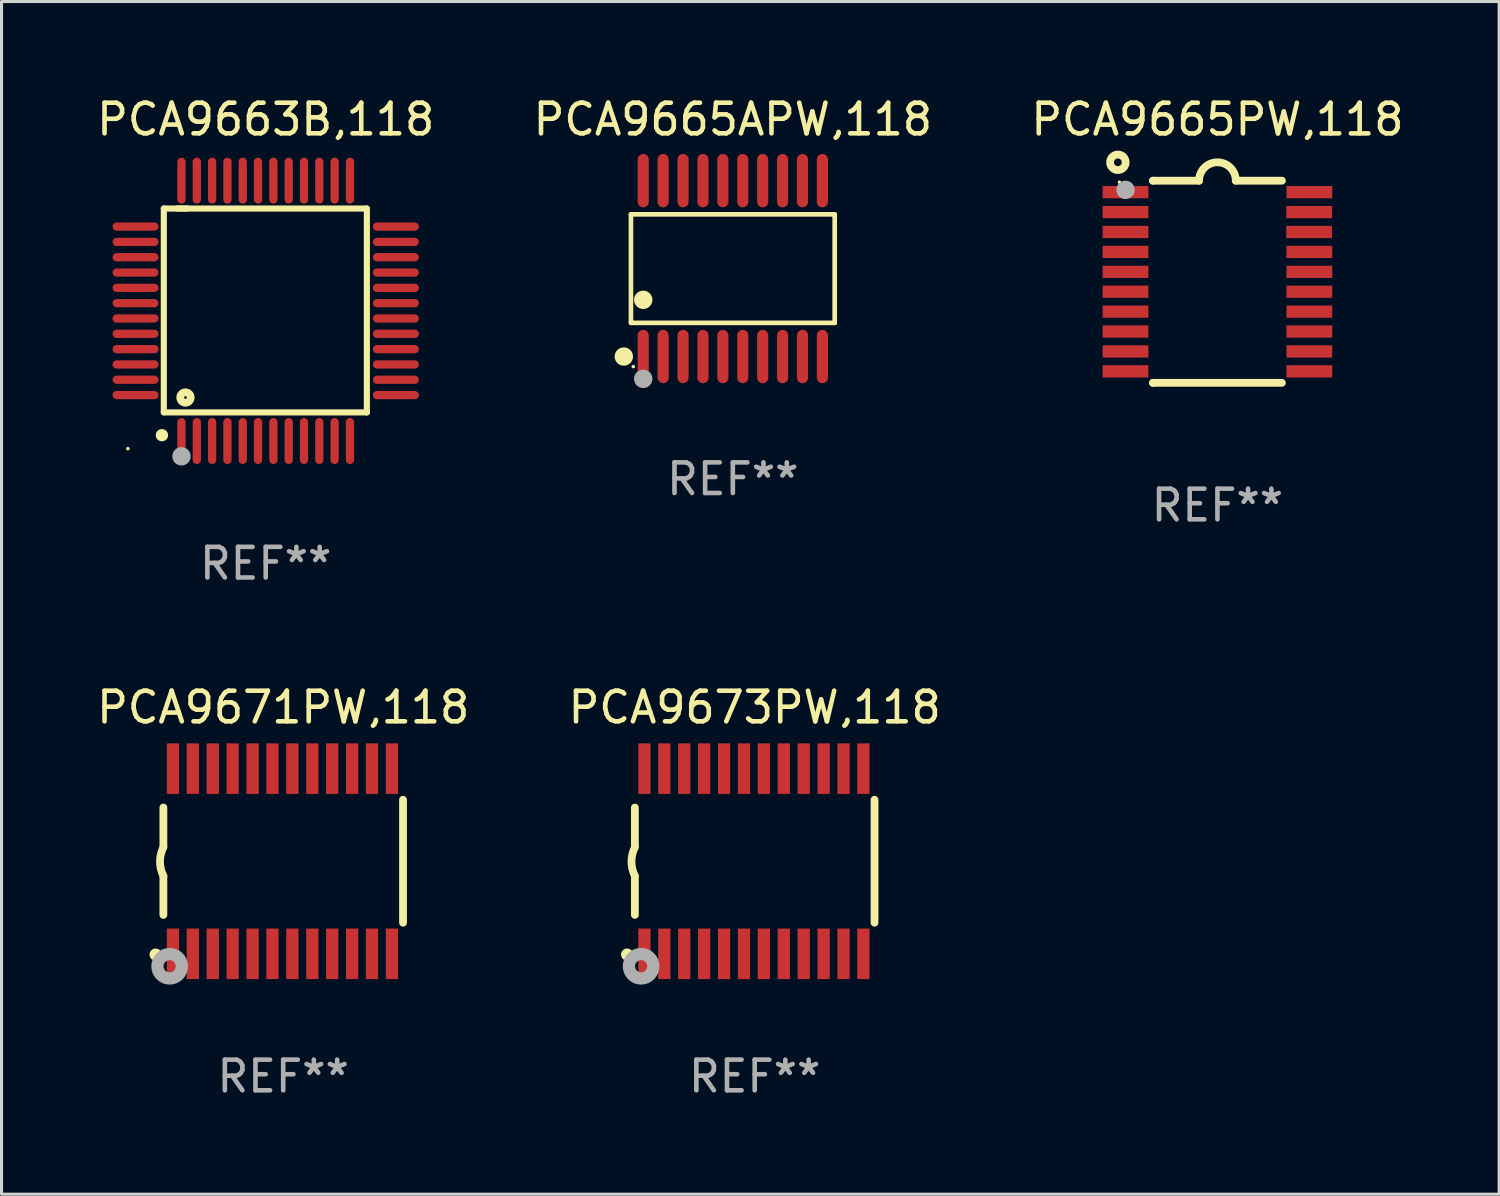
<source format=kicad_pcb>
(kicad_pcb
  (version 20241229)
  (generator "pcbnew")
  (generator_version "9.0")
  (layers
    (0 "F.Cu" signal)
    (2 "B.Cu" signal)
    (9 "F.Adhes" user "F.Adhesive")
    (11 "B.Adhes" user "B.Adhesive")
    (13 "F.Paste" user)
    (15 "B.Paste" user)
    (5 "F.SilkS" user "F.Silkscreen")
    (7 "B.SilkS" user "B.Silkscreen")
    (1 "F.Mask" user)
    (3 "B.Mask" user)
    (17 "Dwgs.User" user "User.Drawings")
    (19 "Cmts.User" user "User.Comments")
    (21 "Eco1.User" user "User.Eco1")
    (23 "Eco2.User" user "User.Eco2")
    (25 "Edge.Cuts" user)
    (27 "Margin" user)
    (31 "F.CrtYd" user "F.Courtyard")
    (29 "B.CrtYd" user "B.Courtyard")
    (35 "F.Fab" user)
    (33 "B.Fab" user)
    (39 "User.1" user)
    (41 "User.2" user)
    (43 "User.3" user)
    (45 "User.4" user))
  (footprint "PCA9663B,118"
    (layer "F.Cu")
    (at 5.625 7.098)
    (property "Reference" "PCA9663B,118" (at 0 -6.25 0) (layer "F.SilkS") (effects (font (size 1 1) (thickness 0.15))))
    (attr through_hole)
    (fp_line (start -3.327 -3.34) (end -2.565 -3.34) (stroke (width 0.2) (type solid)) (layer "F.SilkS"))
    (fp_line (start -3.327 3.315) (end -3.327 -3.34) (stroke (width 0.2) (type solid)) (layer "F.SilkS"))
    (fp_line (start -2.896 -3.34) (end 3.302 -3.34) (stroke (width 0.2) (type solid)) (layer "F.SilkS"))
    (fp_line (start 3.302 -3.34) (end 3.302 3.315) (stroke (width 0.2) (type solid)) (layer "F.SilkS"))
    (fp_line (start 3.302 3.315) (end -3.327 3.315) (stroke (width 0.2) (type solid)) (layer "F.SilkS"))
    (fp_arc (start -3.389992 4.059995) (mid -3.388722 4.059991) (end -3.387452 4.059995) (stroke (width 0.4) (type solid)) (layer "F.SilkS"))
    (fp_circle (center -4.5 4.5) (end -4.47 4.5) (stroke (width 0.06) (type solid)) (fill no) (layer "F.SilkS"))
    (fp_circle (center -2.62 2.83) (end -2.45 2.83) (stroke (width 0.254) (type solid)) (fill no) (layer "F.SilkS"))
    (fp_circle (center -2.75 4.75) (end -2.6 4.75) (stroke (width 0.3) (type solid)) (fill no) (layer "F.Fab"))
    (fp_text user "REF**" (at 0 8.25 0) (layer "F.Fab") (effects (font (size 1 1) (thickness 0.15))))
    (pad "1" smd oval (at -2.75 4.25) (size 0.27 1.5) (layers "F.Cu" "F.Mask" "F.Paste"))
    (pad "2" smd oval (at -2.25 4.25) (size 0.27 1.5) (layers "F.Cu" "F.Mask" "F.Paste"))
    (pad "3" smd oval (at -1.75 4.25) (size 0.27 1.5) (layers "F.Cu" "F.Mask" "F.Paste"))
    (pad "4" smd oval (at -1.25 4.25) (size 0.27 1.5) (layers "F.Cu" "F.Mask" "F.Paste"))
    (pad "5" smd oval (at -0.75 4.25) (size 0.27 1.5) (layers "F.Cu" "F.Mask" "F.Paste"))
    (pad "6" smd oval (at -0.25 4.25) (size 0.27 1.5) (layers "F.Cu" "F.Mask" "F.Paste"))
    (pad "7" smd oval (at 0.25 4.25) (size 0.27 1.5) (layers "F.Cu" "F.Mask" "F.Paste"))
    (pad "8" smd oval (at 0.75 4.25) (size 0.27 1.5) (layers "F.Cu" "F.Mask" "F.Paste"))
    (pad "9" smd oval (at 1.25 4.25) (size 0.27 1.5) (layers "F.Cu" "F.Mask" "F.Paste"))
    (pad "10" smd oval (at 1.75 4.25) (size 0.27 1.5) (layers "F.Cu" "F.Mask" "F.Paste"))
    (pad "11" smd oval (at 2.25 4.25) (size 0.27 1.5) (layers "F.Cu" "F.Mask" "F.Paste"))
    (pad "12" smd oval (at 2.75 4.25) (size 0.27 1.5) (layers "F.Cu" "F.Mask" "F.Paste"))
    (pad "13" smd oval (at 4.25 2.75) (size 1.5 0.27) (layers "F.Cu" "F.Mask" "F.Paste"))
    (pad "14" smd oval (at 4.25 2.25) (size 1.5 0.27) (layers "F.Cu" "F.Mask" "F.Paste"))
    (pad "15" smd oval (at 4.25 1.75) (size 1.5 0.27) (layers "F.Cu" "F.Mask" "F.Paste"))
    (pad "16" smd oval (at 4.25 1.25) (size 1.5 0.27) (layers "F.Cu" "F.Mask" "F.Paste"))
    (pad "17" smd oval (at 4.25 0.75) (size 1.5 0.27) (layers "F.Cu" "F.Mask" "F.Paste"))
    (pad "18" smd oval (at 4.25 0.25) (size 1.5 0.27) (layers "F.Cu" "F.Mask" "F.Paste"))
    (pad "19" smd oval (at 4.25 -0.25) (size 1.5 0.27) (layers "F.Cu" "F.Mask" "F.Paste"))
    (pad "20" smd oval (at 4.25 -0.75) (size 1.5 0.27) (layers "F.Cu" "F.Mask" "F.Paste"))
    (pad "21" smd oval (at 4.25 -1.25) (size 1.5 0.27) (layers "F.Cu" "F.Mask" "F.Paste"))
    (pad "22" smd oval (at 4.25 -1.75) (size 1.5 0.27) (layers "F.Cu" "F.Mask" "F.Paste"))
    (pad "23" smd oval (at 4.25 -2.25) (size 1.5 0.27) (layers "F.Cu" "F.Mask" "F.Paste"))
    (pad "24" smd oval (at 4.25 -2.75) (size 1.5 0.27) (layers "F.Cu" "F.Mask" "F.Paste"))
    (pad "25" smd oval (at 2.75 -4.25) (size 0.27 1.5) (layers "F.Cu" "F.Mask" "F.Paste"))
    (pad "26" smd oval (at 2.25 -4.25) (size 0.27 1.5) (layers "F.Cu" "F.Mask" "F.Paste"))
    (pad "27" smd oval (at 1.75 -4.25) (size 0.27 1.5) (layers "F.Cu" "F.Mask" "F.Paste"))
    (pad "28" smd oval (at 1.25 -4.25) (size 0.27 1.5) (layers "F.Cu" "F.Mask" "F.Paste"))
    (pad "29" smd oval (at 0.75 -4.25) (size 0.27 1.5) (layers "F.Cu" "F.Mask" "F.Paste"))
    (pad "30" smd oval (at 0.25 -4.25) (size 0.27 1.5) (layers "F.Cu" "F.Mask" "F.Paste"))
    (pad "31" smd oval (at -0.25 -4.25) (size 0.27 1.5) (layers "F.Cu" "F.Mask" "F.Paste"))
    (pad "32" smd oval (at -0.75 -4.25) (size 0.27 1.5) (layers "F.Cu" "F.Mask" "F.Paste"))
    (pad "33" smd oval (at -1.25 -4.25) (size 0.27 1.5) (layers "F.Cu" "F.Mask" "F.Paste"))
    (pad "34" smd oval (at -1.75 -4.25) (size 0.27 1.5) (layers "F.Cu" "F.Mask" "F.Paste"))
    (pad "35" smd oval (at -2.25 -4.25) (size 0.27 1.5) (layers "F.Cu" "F.Mask" "F.Paste"))
    (pad "36" smd oval (at -2.75 -4.25) (size 0.27 1.5) (layers "F.Cu" "F.Mask" "F.Paste"))
    (pad "37" smd oval (at -4.25 -2.75) (size 1.5 0.27) (layers "F.Cu" "F.Mask" "F.Paste"))
    (pad "38" smd oval (at -4.25 -2.25) (size 1.5 0.27) (layers "F.Cu" "F.Mask" "F.Paste"))
    (pad "39" smd oval (at -4.25 -1.75) (size 1.5 0.27) (layers "F.Cu" "F.Mask" "F.Paste"))
    (pad "40" smd oval (at -4.25 -1.25) (size 1.5 0.27) (layers "F.Cu" "F.Mask" "F.Paste"))
    (pad "41" smd oval (at -4.25 -0.75) (size 1.5 0.27) (layers "F.Cu" "F.Mask" "F.Paste"))
    (pad "42" smd oval (at -4.25 -0.25) (size 1.5 0.27) (layers "F.Cu" "F.Mask" "F.Paste"))
    (pad "43" smd oval (at -4.25 0.25) (size 1.5 0.27) (layers "F.Cu" "F.Mask" "F.Paste"))
    (pad "44" smd oval (at -4.25 0.75) (size 1.5 0.27) (layers "F.Cu" "F.Mask" "F.Paste"))
    (pad "45" smd oval (at -4.25 1.25) (size 1.5 0.27) (layers "F.Cu" "F.Mask" "F.Paste"))
    (pad "46" smd oval (at -4.25 1.75) (size 1.5 0.27) (layers "F.Cu" "F.Mask" "F.Paste"))
    (pad "47" smd oval (at -4.25 2.25) (size 1.5 0.27) (layers "F.Cu" "F.Mask" "F.Paste"))
    (pad "48" smd oval (at -4.25 2.75) (size 1.5 0.27) (layers "F.Cu" "F.Mask" "F.Paste")))
  (footprint "PCA9665APW,118"
    (layer "F.Cu")
    (at 20.875 5.719)
    (property "Reference" "PCA9665APW,118" (at 0 -4.871 0) (layer "F.SilkS") (effects (font (size 1 1) (thickness 0.15))))
    (attr through_hole)
    (fp_line (start -3.326 -1.771) (end 3.326 -1.771) (stroke (width 0.152) (type solid)) (layer "F.SilkS"))
    (fp_line (start -3.326 1.771) (end -3.326 -1.771) (stroke (width 0.152) (type solid)) (layer "F.SilkS"))
    (fp_line (start 3.326 -1.771) (end 3.326 1.771) (stroke (width 0.152) (type solid)) (layer "F.SilkS"))
    (fp_line (start 3.326 1.771) (end -3.326 1.771) (stroke (width 0.152) (type solid)) (layer "F.SilkS"))
    (fp_circle (center -3.559 2.871) (end -3.409 2.871) (stroke (width 0.3) (type solid)) (fill no) (layer "F.SilkS"))
    (fp_circle (center -3.25 3.2) (end -3.22 3.2) (stroke (width 0.06) (type solid)) (fill no) (layer "F.SilkS"))
    (fp_circle (center -2.925 1.019) (end -2.775 1.019) (stroke (width 0.3) (type solid)) (fill no) (layer "F.SilkS"))
    (fp_circle (center -2.925 3.6) (end -2.775 3.6) (stroke (width 0.3) (type solid)) (fill no) (layer "F.Fab"))
    (fp_text user "REF**" (at 0 6.871 0) (layer "F.Fab") (effects (font (size 1 1) (thickness 0.15))))
    (pad "1" smd oval (at -2.925 2.871) (size 0.364 1.742) (layers "F.Cu" "F.Mask" "F.Paste"))
    (pad "2" smd oval (at -2.275 2.871) (size 0.364 1.742) (layers "F.Cu" "F.Mask" "F.Paste"))
    (pad "3" smd oval (at -1.625 2.871) (size 0.364 1.742) (layers "F.Cu" "F.Mask" "F.Paste"))
    (pad "4" smd oval (at -0.975 2.871) (size 0.364 1.742) (layers "F.Cu" "F.Mask" "F.Paste"))
    (pad "5" smd oval (at -0.325 2.871) (size 0.364 1.742) (layers "F.Cu" "F.Mask" "F.Paste"))
    (pad "6" smd oval (at 0.325 2.871) (size 0.364 1.742) (layers "F.Cu" "F.Mask" "F.Paste"))
    (pad "7" smd oval (at 0.975 2.871) (size 0.364 1.742) (layers "F.Cu" "F.Mask" "F.Paste"))
    (pad "8" smd oval (at 1.625 2.871) (size 0.364 1.742) (layers "F.Cu" "F.Mask" "F.Paste"))
    (pad "9" smd oval (at 2.275 2.871) (size 0.364 1.742) (layers "F.Cu" "F.Mask" "F.Paste"))
    (pad "10" smd oval (at 2.925 2.871) (size 0.364 1.742) (layers "F.Cu" "F.Mask" "F.Paste"))
    (pad "11" smd oval (at 2.925 -2.871) (size 0.364 1.742) (layers "F.Cu" "F.Mask" "F.Paste"))
    (pad "12" smd oval (at 2.275 -2.871) (size 0.364 1.742) (layers "F.Cu" "F.Mask" "F.Paste"))
    (pad "13" smd oval (at 1.625 -2.871) (size 0.364 1.742) (layers "F.Cu" "F.Mask" "F.Paste"))
    (pad "14" smd oval (at 0.975 -2.871) (size 0.364 1.742) (layers "F.Cu" "F.Mask" "F.Paste"))
    (pad "15" smd oval (at 0.325 -2.871) (size 0.364 1.742) (layers "F.Cu" "F.Mask" "F.Paste"))
    (pad "16" smd oval (at -0.325 -2.871) (size 0.364 1.742) (layers "F.Cu" "F.Mask" "F.Paste"))
    (pad "17" smd oval (at -0.975 -2.871) (size 0.364 1.742) (layers "F.Cu" "F.Mask" "F.Paste"))
    (pad "18" smd oval (at -1.625 -2.871) (size 0.364 1.742) (layers "F.Cu" "F.Mask" "F.Paste"))
    (pad "19" smd oval (at -2.275 -2.871) (size 0.364 1.742) (layers "F.Cu" "F.Mask" "F.Paste"))
    (pad "20" smd oval (at -2.925 -2.871) (size 0.364 1.742) (layers "F.Cu" "F.Mask" "F.Paste")))
  (footprint "PCA9673PW,118"
    (layer "F.Cu")
    (at 21.589 25.067)
    (property "Reference" "PCA9673PW,118" (at 0 -5.023 0) (layer "F.SilkS") (effects (font (size 1 1) (thickness 0.15))))
    (attr through_hole)
    (fp_line (start -3.912 -0.483) (end -3.912 -1.753) (stroke (width 0.254) (type solid)) (layer "F.SilkS"))
    (fp_line (start -3.912 1.753) (end -3.912 0.483) (stroke (width 0.254) (type solid)) (layer "F.SilkS"))
    (fp_line (start 3.912 -2.007) (end 3.912 2.007) (stroke (width 0.254) (type solid)) (layer "F.SilkS"))
    (fp_arc (start -3.911608 0.482601) (mid -4.022537 0.0127) (end -3.911608 -0.457201) (stroke (width 0.254001) (type solid)) (layer "F.SilkS"))
    (fp_circle (center -4.166 3.048) (end -4.066 3.048) (stroke (width 0.2) (type solid)) (fill no) (layer "F.SilkS"))
    (fp_circle (center -3.925 3.186) (end -3.895 3.186) (stroke (width 0.06) (type solid)) (fill no) (layer "F.SilkS"))
    (fp_circle (center -3.708 3.429) (end -3.509 3.429) (stroke (width 0.4) (type solid)) (fill no) (layer "F.Fab"))
    (fp_text user "REF**" (at 0 7.023 0) (layer "F.Fab") (effects (font (size 1 1) (thickness 0.15))))
    (pad "1" smd rect (at -3.6 3.023) (size 0.4 1.65) (layers "F.Cu" "F.Mask" "F.Paste"))
    (pad "2" smd rect (at -2.95 3.023) (size 0.4 1.65) (layers "F.Cu" "F.Mask" "F.Paste"))
    (pad "3" smd rect (at -2.3 3.023) (size 0.4 1.65) (layers "F.Cu" "F.Mask" "F.Paste"))
    (pad "4" smd rect (at -1.65 3.023) (size 0.4 1.65) (layers "F.Cu" "F.Mask" "F.Paste"))
    (pad "5" smd rect (at -1 3.023) (size 0.4 1.65) (layers "F.Cu" "F.Mask" "F.Paste"))
    (pad "6" smd rect (at -0.35 3.023) (size 0.4 1.65) (layers "F.Cu" "F.Mask" "F.Paste"))
    (pad "7" smd rect (at 0.299 3.023) (size 0.4 1.65) (layers "F.Cu" "F.Mask" "F.Paste"))
    (pad "8" smd rect (at 0.95 3.023) (size 0.4 1.65) (layers "F.Cu" "F.Mask" "F.Paste"))
    (pad "9" smd rect (at 1.6 3.023) (size 0.4 1.65) (layers "F.Cu" "F.Mask" "F.Paste"))
    (pad "10" smd rect (at 2.25 3.023) (size 0.4 1.65) (layers "F.Cu" "F.Mask" "F.Paste"))
    (pad "11" smd rect (at 2.9 3.023) (size 0.4 1.65) (layers "F.Cu" "F.Mask" "F.Paste"))
    (pad "12" smd rect (at 3.549 3.023) (size 0.4 1.65) (layers "F.Cu" "F.Mask" "F.Paste"))
    (pad "13" smd rect (at 3.549 -3.023) (size 0.4 1.65) (layers "F.Cu" "F.Mask" "F.Paste"))
    (pad "14" smd rect (at 2.9 -3.023) (size 0.4 1.65) (layers "F.Cu" "F.Mask" "F.Paste"))
    (pad "15" smd rect (at 2.25 -3.023) (size 0.4 1.65) (layers "F.Cu" "F.Mask" "F.Paste"))
    (pad "16" smd rect (at 1.6 -3.023) (size 0.4 1.65) (layers "F.Cu" "F.Mask" "F.Paste"))
    (pad "17" smd rect (at 0.95 -3.023) (size 0.4 1.65) (layers "F.Cu" "F.Mask" "F.Paste"))
    (pad "18" smd rect (at 0.299 -3.023) (size 0.4 1.65) (layers "F.Cu" "F.Mask" "F.Paste"))
    (pad "19" smd rect (at -0.35 -3.023) (size 0.4 1.65) (layers "F.Cu" "F.Mask" "F.Paste"))
    (pad "20" smd rect (at -1 -3.023) (size 0.4 1.65) (layers "F.Cu" "F.Mask" "F.Paste"))
    (pad "21" smd rect (at -1.65 -3.023) (size 0.4 1.65) (layers "F.Cu" "F.Mask" "F.Paste"))
    (pad "22" smd rect (at -2.3 -3.023) (size 0.4 1.65) (layers "F.Cu" "F.Mask" "F.Paste"))
    (pad "23" smd rect (at -2.95 -3.023) (size 0.4 1.65) (layers "F.Cu" "F.Mask" "F.Paste"))
    (pad "24" smd rect (at -3.6 -3.023) (size 0.4 1.65) (layers "F.Cu" "F.Mask" "F.Paste")))
  (footprint "PCA9665PW,118"
    (layer "F.Cu")
    (at 36.696 6.149)
    (property "Reference" "PCA9665PW,118" (at 0 -5.3 0) (layer "F.SilkS") (effects (font (size 1 1) (thickness 0.15))))
    (attr through_hole)
    (fp_line (start -2.105 -3.3) (end -2.105 -3.3) (stroke (width 0.254) (type solid)) (layer "F.SilkS"))
    (fp_line (start -2.105 -3.3) (end -0.6 -3.3) (stroke (width 0.254) (type solid)) (layer "F.SilkS"))
    (fp_line (start -2.105 3.3) (end -2.105 3.3) (stroke (width 0.254) (type solid)) (layer "F.SilkS"))
    (fp_line (start 0.6 -3.3) (end 2.105 -3.3) (stroke (width 0.254) (type solid)) (layer "F.SilkS"))
    (fp_line (start 2.105 3.3) (end -2.105 3.3) (stroke (width 0.254) (type solid)) (layer "F.SilkS"))
    (fp_arc (start -0.599924 -3.300026) (mid 0.000114 -3.897415) (end 0.600152 -3.300025) (stroke (width 0.254001) (type solid)) (layer "F.SilkS"))
    (fp_circle (center -3.25 -3.9) (end -2.996 -3.9) (stroke (width 0.254) (type solid)) (fill no) (layer "F.SilkS"))
    (fp_circle (center -3.2 -3.25) (end -3.17 -3.25) (stroke (width 0.06) (type solid)) (fill no) (layer "F.SilkS"))
    (fp_circle (center -3 -3) (end -2.85 -3) (stroke (width 0.3) (type solid)) (fill no) (layer "F.Fab"))
    (fp_text user "REF**" (at 0 7.3 0) (layer "F.Fab") (effects (font (size 1 1) (thickness 0.15))))
    (pad "1" smd rect (at -3.001 -2.925 270) (size 0.4 1.494) (layers "F.Cu" "F.Mask" "F.Paste"))
    (pad "2" smd rect (at -3.001 -2.275 270) (size 0.4 1.494) (layers "F.Cu" "F.Mask" "F.Paste"))
    (pad "3" smd rect (at -3.001 -1.625 270) (size 0.4 1.494) (layers "F.Cu" "F.Mask" "F.Paste"))
    (pad "4" smd rect (at -3.001 -0.975 270) (size 0.4 1.494) (layers "F.Cu" "F.Mask" "F.Paste"))
    (pad "5" smd rect (at -3.001 -0.325 270) (size 0.4 1.494) (layers "F.Cu" "F.Mask" "F.Paste"))
    (pad "6" smd rect (at -3.001 0.324 270) (size 0.4 1.494) (layers "F.Cu" "F.Mask" "F.Paste"))
    (pad "7" smd rect (at -3.001 0.975 270) (size 0.4 1.494) (layers "F.Cu" "F.Mask" "F.Paste"))
    (pad "8" smd rect (at -3.001 1.625 270) (size 0.4 1.494) (layers "F.Cu" "F.Mask" "F.Paste"))
    (pad "9" smd rect (at -3.001 2.275 270) (size 0.4 1.494) (layers "F.Cu" "F.Mask" "F.Paste"))
    (pad "10" smd rect (at -3.001 2.925 270) (size 0.4 1.494) (layers "F.Cu" "F.Mask" "F.Paste"))
    (pad "11" smd rect (at 3.001 2.925 270) (size 0.4 1.494) (layers "F.Cu" "F.Mask" "F.Paste"))
    (pad "12" smd rect (at 3.001 2.275 270) (size 0.4 1.494) (layers "F.Cu" "F.Mask" "F.Paste"))
    (pad "13" smd rect (at 3.001 1.625 270) (size 0.4 1.494) (layers "F.Cu" "F.Mask" "F.Paste"))
    (pad "14" smd rect (at 3.001 0.975 270) (size 0.4 1.494) (layers "F.Cu" "F.Mask" "F.Paste"))
    (pad "15" smd rect (at 3.001 0.325 270) (size 0.4 1.494) (layers "F.Cu" "F.Mask" "F.Paste"))
    (pad "16" smd rect (at 3.001 -0.325 270) (size 0.4 1.494) (layers "F.Cu" "F.Mask" "F.Paste"))
    (pad "17" smd rect (at 3.001 -0.975 270) (size 0.4 1.494) (layers "F.Cu" "F.Mask" "F.Paste"))
    (pad "18" smd rect (at 2.996 -1.625 270) (size 0.4 1.494) (layers "F.Cu" "F.Mask" "F.Paste"))
    (pad "19" smd rect (at 2.996 -2.275 270) (size 0.4 1.494) (layers "F.Cu" "F.Mask" "F.Paste"))
    (pad "20" smd rect (at 3.001 -2.925 270) (size 0.4 1.494) (layers "F.Cu" "F.Mask" "F.Paste")))
  (footprint "PCA9671PW,118"
    (layer "F.Cu")
    (at 6.196 25.067)
    (property "Reference" "PCA9671PW,118" (at 0 -5.023 0) (layer "F.SilkS") (effects (font (size 1 1) (thickness 0.15))))
    (attr through_hole)
    (fp_line (start -3.912 -0.483) (end -3.912 -1.753) (stroke (width 0.254) (type solid)) (layer "F.SilkS"))
    (fp_line (start -3.912 1.753) (end -3.912 0.483) (stroke (width 0.254) (type solid)) (layer "F.SilkS"))
    (fp_line (start 3.912 -2.007) (end 3.912 2.007) (stroke (width 0.254) (type solid)) (layer "F.SilkS"))
    (fp_arc (start -3.911608 0.482601) (mid -4.022537 0.0127) (end -3.911608 -0.457201) (stroke (width 0.254001) (type solid)) (layer "F.SilkS"))
    (fp_circle (center -4.166 3.048) (end -4.066 3.048) (stroke (width 0.2) (type solid)) (fill no) (layer "F.SilkS"))
    (fp_circle (center -3.925 3.186) (end -3.895 3.186) (stroke (width 0.06) (type solid)) (fill no) (layer "F.SilkS"))
    (fp_circle (center -3.708 3.429) (end -3.509 3.429) (stroke (width 0.4) (type solid)) (fill no) (layer "F.Fab"))
    (fp_text user "REF**" (at 0 7.023 0) (layer "F.Fab") (effects (font (size 1 1) (thickness 0.15))))
    (pad "1" smd rect (at -3.6 3.023) (size 0.4 1.65) (layers "F.Cu" "F.Mask" "F.Paste"))
    (pad "2" smd rect (at -2.95 3.023) (size 0.4 1.65) (layers "F.Cu" "F.Mask" "F.Paste"))
    (pad "3" smd rect (at -2.3 3.023) (size 0.4 1.65) (layers "F.Cu" "F.Mask" "F.Paste"))
    (pad "4" smd rect (at -1.65 3.023) (size 0.4 1.65) (layers "F.Cu" "F.Mask" "F.Paste"))
    (pad "5" smd rect (at -1 3.023) (size 0.4 1.65) (layers "F.Cu" "F.Mask" "F.Paste"))
    (pad "6" smd rect (at -0.35 3.023) (size 0.4 1.65) (layers "F.Cu" "F.Mask" "F.Paste"))
    (pad "7" smd rect (at 0.299 3.023) (size 0.4 1.65) (layers "F.Cu" "F.Mask" "F.Paste"))
    (pad "8" smd rect (at 0.95 3.023) (size 0.4 1.65) (layers "F.Cu" "F.Mask" "F.Paste"))
    (pad "9" smd rect (at 1.6 3.023) (size 0.4 1.65) (layers "F.Cu" "F.Mask" "F.Paste"))
    (pad "10" smd rect (at 2.25 3.023) (size 0.4 1.65) (layers "F.Cu" "F.Mask" "F.Paste"))
    (pad "11" smd rect (at 2.9 3.023) (size 0.4 1.65) (layers "F.Cu" "F.Mask" "F.Paste"))
    (pad "12" smd rect (at 3.549 3.023) (size 0.4 1.65) (layers "F.Cu" "F.Mask" "F.Paste"))
    (pad "13" smd rect (at 3.549 -3.023) (size 0.4 1.65) (layers "F.Cu" "F.Mask" "F.Paste"))
    (pad "14" smd rect (at 2.9 -3.023) (size 0.4 1.65) (layers "F.Cu" "F.Mask" "F.Paste"))
    (pad "15" smd rect (at 2.25 -3.023) (size 0.4 1.65) (layers "F.Cu" "F.Mask" "F.Paste"))
    (pad "16" smd rect (at 1.6 -3.023) (size 0.4 1.65) (layers "F.Cu" "F.Mask" "F.Paste"))
    (pad "17" smd rect (at 0.95 -3.023) (size 0.4 1.65) (layers "F.Cu" "F.Mask" "F.Paste"))
    (pad "18" smd rect (at 0.299 -3.023) (size 0.4 1.65) (layers "F.Cu" "F.Mask" "F.Paste"))
    (pad "19" smd rect (at -0.35 -3.023) (size 0.4 1.65) (layers "F.Cu" "F.Mask" "F.Paste"))
    (pad "20" smd rect (at -1 -3.023) (size 0.4 1.65) (layers "F.Cu" "F.Mask" "F.Paste"))
    (pad "21" smd rect (at -1.65 -3.023) (size 0.4 1.65) (layers "F.Cu" "F.Mask" "F.Paste"))
    (pad "22" smd rect (at -2.3 -3.023) (size 0.4 1.65) (layers "F.Cu" "F.Mask" "F.Paste"))
    (pad "23" smd rect (at -2.95 -3.023) (size 0.4 1.65) (layers "F.Cu" "F.Mask" "F.Paste"))
    (pad "24" smd rect (at -3.6 -3.023) (size 0.4 1.65) (layers "F.Cu" "F.Mask" "F.Paste")))
  (gr_rect
    (start -3 -3)
    (end 45.893 35.938)
    (stroke (width 0.1) (type default))
    (fill no)
    (layer "Edge.Cuts")))
</source>
